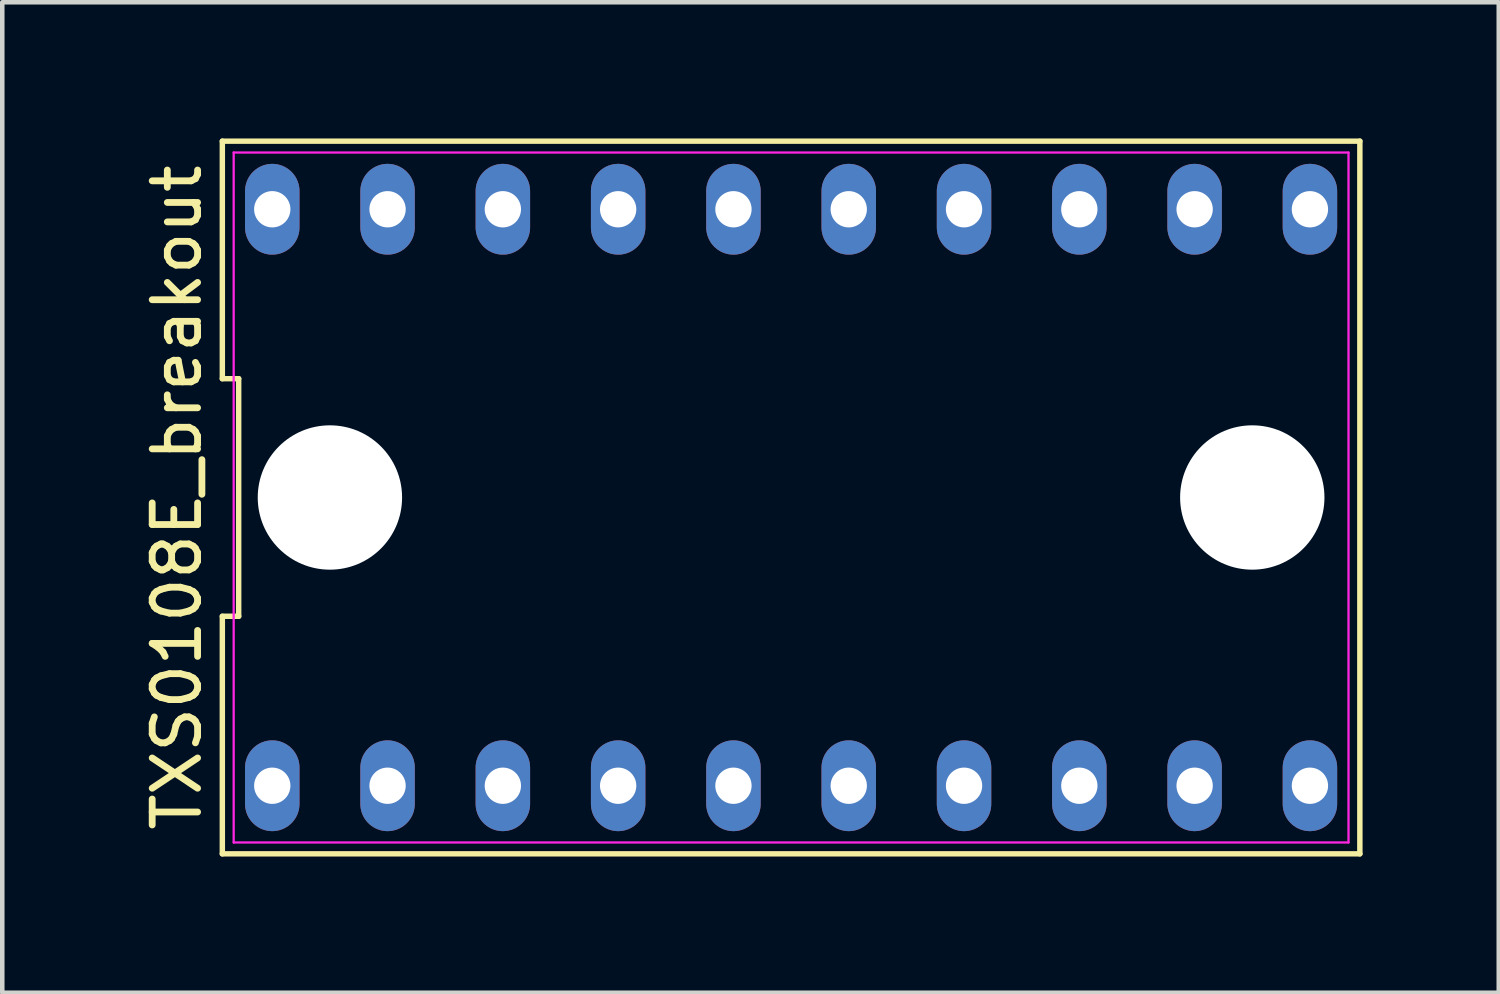
<source format=kicad_pcb>
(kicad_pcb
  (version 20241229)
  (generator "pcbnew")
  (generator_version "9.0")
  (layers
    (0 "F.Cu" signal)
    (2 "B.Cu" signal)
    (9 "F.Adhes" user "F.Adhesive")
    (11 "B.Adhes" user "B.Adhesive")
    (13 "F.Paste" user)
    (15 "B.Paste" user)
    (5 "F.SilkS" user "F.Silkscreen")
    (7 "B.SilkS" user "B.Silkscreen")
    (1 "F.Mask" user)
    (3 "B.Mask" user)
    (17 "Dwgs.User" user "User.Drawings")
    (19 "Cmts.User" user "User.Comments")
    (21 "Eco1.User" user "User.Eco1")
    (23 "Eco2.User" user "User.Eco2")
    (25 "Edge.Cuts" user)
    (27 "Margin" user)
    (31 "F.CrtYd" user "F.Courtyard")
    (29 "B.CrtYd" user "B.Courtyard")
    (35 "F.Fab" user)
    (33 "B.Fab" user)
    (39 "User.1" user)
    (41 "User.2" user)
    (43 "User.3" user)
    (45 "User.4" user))
  (footprint "TXS0108E_breakout"
    (layer "F.Cu")
    (at 14.378 7.91)
    (property "Reference" "TXS0108E_breakout" (at -13.53 0 90) (layer "F.SilkS") (effects (font (size 1 1) (thickness 0.15))))
    (attr through_hole)
    (fp_line (start -12.53 -7.85) (end -12.53 -2.617) (stroke (width 0.12) (type solid)) (layer "F.SilkS"))
    (fp_line (start -12.53 -2.617) (end -12.17 -2.617) (stroke (width 0.12) (type solid)) (layer "F.SilkS"))
    (fp_line (start -12.53 2.617) (end -12.53 7.85) (stroke (width 0.12) (type solid)) (layer "F.SilkS"))
    (fp_line (start -12.53 7.85) (end 12.53 7.85) (stroke (width 0.12) (type solid)) (layer "F.SilkS"))
    (fp_line (start -12.17 -2.617) (end -12.17 2.617) (stroke (width 0.12) (type solid)) (layer "F.SilkS"))
    (fp_line (start -12.17 2.617) (end -12.53 2.617) (stroke (width 0.12) (type solid)) (layer "F.SilkS"))
    (fp_line (start 12.53 -7.85) (end -12.53 -7.85) (stroke (width 0.12) (type solid)) (layer "F.SilkS"))
    (fp_line (start 12.53 7.85) (end 12.53 -7.85) (stroke (width 0.12) (type solid)) (layer "F.SilkS"))
    (fp_line (start -12.28 -7.6) (end 12.28 -7.6) (stroke (width 0.05) (type solid)) (layer "F.CrtYd"))
    (fp_line (start -12.28 7.6) (end -12.28 -7.6) (stroke (width 0.05) (type solid)) (layer "F.CrtYd"))
    (fp_line (start 12.28 -7.6) (end 12.28 7.6) (stroke (width 0.05) (type solid)) (layer "F.CrtYd"))
    (fp_line (start 12.28 7.6) (end -12.28 7.6) (stroke (width 0.05) (type solid)) (layer "F.CrtYd"))
    (pad "" np_thru_hole circle (at -10.16 0) (size 3.18 3.18) (drill 3.18) (layers "*.Cu" "*.Mask"))
    (pad "" np_thru_hole circle (at 10.16 0) (size 3.18 3.18) (drill 3.18) (layers "*.Cu" "*.Mask"))
    (pad "1" thru_hole oval (at -8.89 6.35) (size 1.2 2) (drill 0.8) (layers "*.Cu" "*.Mask"))
    (pad "2" thru_hole oval (at -11.43 6.35) (size 1.2 2) (drill 0.8) (layers "*.Cu" "*.Mask"))
    (pad "3" thru_hole oval (at -6.35 6.35) (size 1.2 2) (drill 0.8) (layers "*.Cu" "*.Mask"))
    (pad "4" thru_hole oval (at -3.81 6.35) (size 1.2 2) (drill 0.8) (layers "*.Cu" "*.Mask"))
    (pad "5" thru_hole oval (at -1.27 6.35) (size 1.2 2) (drill 0.8) (layers "*.Cu" "*.Mask"))
    (pad "6" thru_hole oval (at 1.27 6.35) (size 1.2 2) (drill 0.8) (layers "*.Cu" "*.Mask"))
    (pad "7" thru_hole oval (at 3.81 6.35) (size 1.2 2) (drill 0.8) (layers "*.Cu" "*.Mask"))
    (pad "8" thru_hole oval (at 6.35 6.35) (size 1.2 2) (drill 0.8) (layers "*.Cu" "*.Mask"))
    (pad "9" thru_hole oval (at 8.89 6.35) (size 1.2 2) (drill 0.8) (layers "*.Cu" "*.Mask"))
    (pad "10" thru_hole oval (at 11.43 6.35) (size 1.2 2) (drill 0.8) (layers "*.Cu" "*.Mask"))
    (pad "11" thru_hole oval (at 11.43 -6.35) (size 1.2 2) (drill 0.8) (layers "*.Cu" "*.Mask"))
    (pad "12" thru_hole oval (at 8.89 -6.35) (size 1.2 2) (drill 0.8) (layers "*.Cu" "*.Mask"))
    (pad "13" thru_hole oval (at 6.35 -6.35) (size 1.2 2) (drill 0.8) (layers "*.Cu" "*.Mask"))
    (pad "14" thru_hole oval (at 3.81 -6.35) (size 1.2 2) (drill 0.8) (layers "*.Cu" "*.Mask"))
    (pad "15" thru_hole oval (at 1.27 -6.35) (size 1.2 2) (drill 0.8) (layers "*.Cu" "*.Mask"))
    (pad "16" thru_hole oval (at -1.27 -6.35) (size 1.2 2) (drill 0.8) (layers "*.Cu" "*.Mask"))
    (pad "17" thru_hole oval (at -3.81 -6.35) (size 1.2 2) (drill 0.8) (layers "*.Cu" "*.Mask"))
    (pad "18" thru_hole oval (at -6.35 -6.35) (size 1.2 2) (drill 0.8) (layers "*.Cu" "*.Mask"))
    (pad "19" thru_hole oval (at -11.43 -6.35) (size 1.2 2) (drill 0.8) (layers "*.Cu" "*.Mask"))
    (pad "20" thru_hole oval (at -8.89 -6.35) (size 1.2 2) (drill 0.8) (layers "*.Cu" "*.Mask")))
  (gr_rect
    (start -3 -3)
    (end 29.968 18.82)
    (stroke (width 0.1) (type default))
    (fill no)
    (layer "Edge.Cuts")))
</source>
